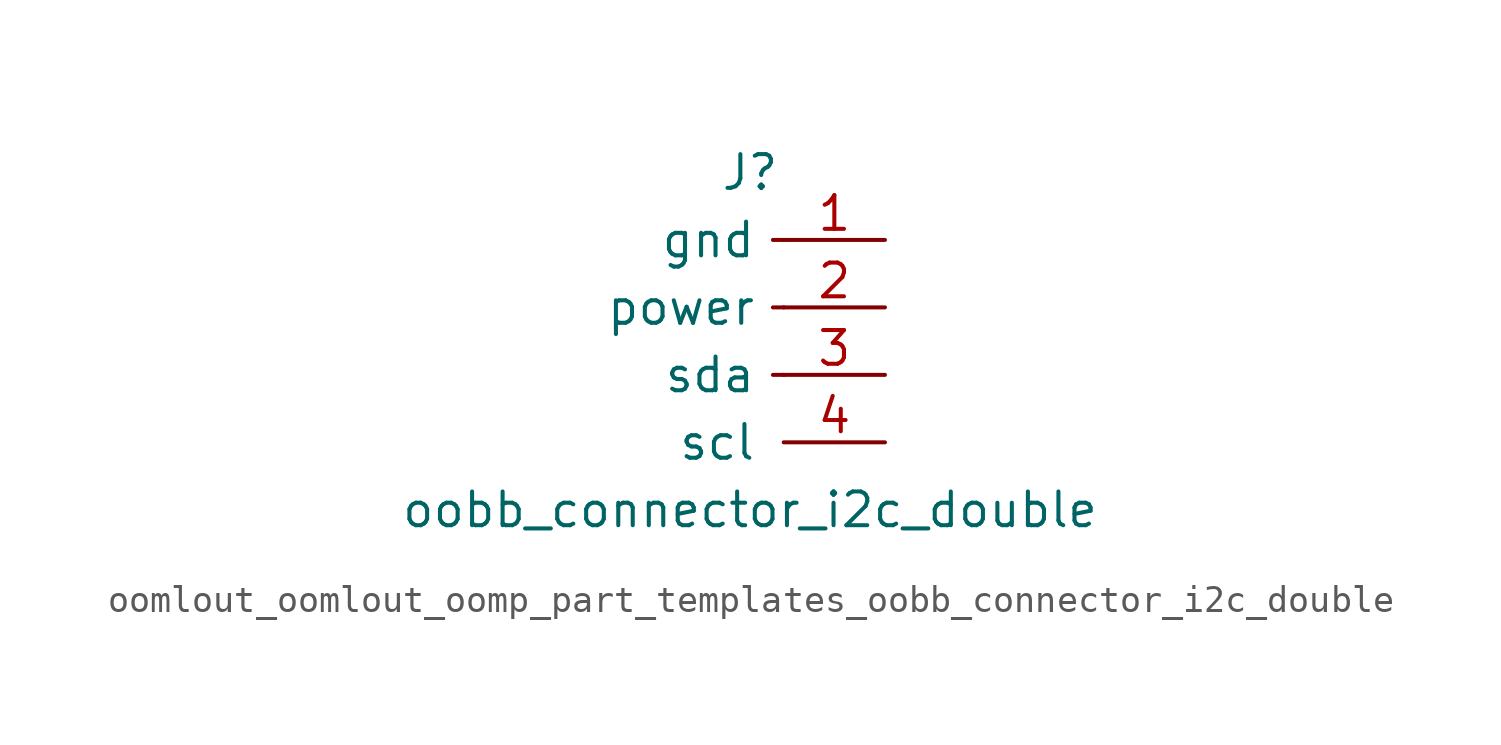
<source format=kicad_sym>
(kicad_symbol_lib
  (version 20220914)
  (generator kicad_symbol_editor)
  (symbol "oomlout_oomlout_oomp_part_templates_oobb_connector_i2c_double"
    (pin_names
      (offset 1.016))
    (property "Reference" "J"
      (at 0 5.08 0)
      (effects (font (size 1.27 1.27))))
    (property "Value" "oobb_connector_i2c_double"
      (at 0 -7.62 0)
      (effects (font (size 1.27 1.27))))
    (symbol "oomlout_oomlout_oomp_part_templates_oobb_connector_i2c_double_0_0"
      (text "" (at 2.54 -2.54 0) (effects (font (size 1.27 1.27)))))
    (symbol "oomlout_oomlout_oomp_part_templates_oobb_connector_i2c_double_1_1"
      (polyline (pts (xy 1.27 -2.54) (xy 0.864 -2.54)) (stroke (width 0.152) (type default)) (fill (type none)))
      (polyline (pts (xy 1.27 0) (xy 0.864 0)) (stroke (width 0.152) (type default)) (fill (type none)))
      (polyline (pts (xy 1.27 2.54) (xy 0.864 2.54)) (stroke (width 0.152) (type default)) (fill (type none)))
      (pin passive line (at 5.08 2.54 180) (length 3.81) (name "gnd" (effects (font (size 1.27 1.27)))) (number "1" (effects (font (size 1.27 1.27)))))
      (pin passive line (at 5.08 0 180) (length 3.81) (name "power" (effects (font (size 1.27 1.27)))) (number "2" (effects (font (size 1.27 1.27)))))
      (pin passive line (at 5.08 -2.54 180) (length 3.81) (name "sda" (effects (font (size 1.27 1.27)))) (number "3" (effects (font (size 1.27 1.27)))))
      (pin passive line (at 5.08 -5.08 180) (length 3.81) (name "scl" (effects (font (size 1.27 1.27)))) (number "4" (effects (font (size 1.27 1.27))))))))
</source>
